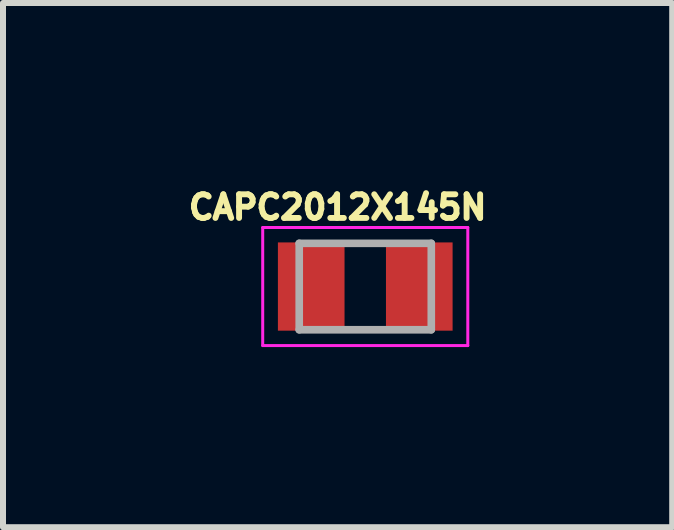
<source format=kicad_pcb>
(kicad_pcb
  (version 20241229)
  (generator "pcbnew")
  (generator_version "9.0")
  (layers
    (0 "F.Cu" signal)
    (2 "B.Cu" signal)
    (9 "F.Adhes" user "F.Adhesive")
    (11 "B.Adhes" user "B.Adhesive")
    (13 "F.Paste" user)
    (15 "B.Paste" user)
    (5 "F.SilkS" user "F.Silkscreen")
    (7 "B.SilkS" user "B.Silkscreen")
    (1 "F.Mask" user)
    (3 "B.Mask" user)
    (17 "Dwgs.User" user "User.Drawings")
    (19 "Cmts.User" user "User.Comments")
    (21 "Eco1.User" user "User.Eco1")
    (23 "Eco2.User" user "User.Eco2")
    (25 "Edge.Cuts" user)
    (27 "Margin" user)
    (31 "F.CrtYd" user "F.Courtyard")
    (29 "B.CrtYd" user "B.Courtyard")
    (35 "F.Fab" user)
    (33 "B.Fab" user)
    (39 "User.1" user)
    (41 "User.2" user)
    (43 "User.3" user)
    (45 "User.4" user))
  (footprint "CAPC2012X145N"
    (layer "F.Cu")
    (at 3.034 1.723)
    (property "Reference" "CAPC2012X145N" (at -0.46 -1.32 0) (layer "F.SilkS") (effects (font (size 0.394 0.394) (thickness 0.15))))
    (attr through_hole)
    (fp_line (start -1.708 -0.983) (end 1.708 -0.983) (stroke (width 0.05) (type solid)) (layer "F.CrtYd"))
    (fp_line (start -1.708 0.983) (end -1.708 -0.983) (stroke (width 0.05) (type solid)) (layer "F.CrtYd"))
    (fp_line (start -1.708 0.983) (end 1.708 0.983) (stroke (width 0.05) (type solid)) (layer "F.CrtYd"))
    (fp_line (start 1.708 0.983) (end 1.708 -0.983) (stroke (width 0.05) (type solid)) (layer "F.CrtYd"))
    (fp_line (start -1.1 0.72) (end -1.1 -0.72) (stroke (width 0.127) (type solid)) (layer "F.Fab"))
    (fp_line (start 1.1 -0.72) (end -1.1 -0.72) (stroke (width 0.127) (type solid)) (layer "F.Fab"))
    (fp_line (start 1.1 0.72) (end -1.1 0.72) (stroke (width 0.127) (type solid)) (layer "F.Fab"))
    (fp_line (start 1.1 0.72) (end 1.1 -0.72) (stroke (width 0.127) (type solid)) (layer "F.Fab"))
    (pad "1" smd rect (at -0.9 0) (size 1.11 1.47) (layers "F.Cu" "F.Mask" "F.Paste"))
    (pad "2" smd rect (at 0.9 0) (size 1.11 1.47) (layers "F.Cu" "F.Mask" "F.Paste")))
  (gr_rect
    (start -3 -3)
    (end 8.147 5.731)
    (stroke (width 0.1) (type default))
    (fill no)
    (layer "Edge.Cuts")))
</source>
